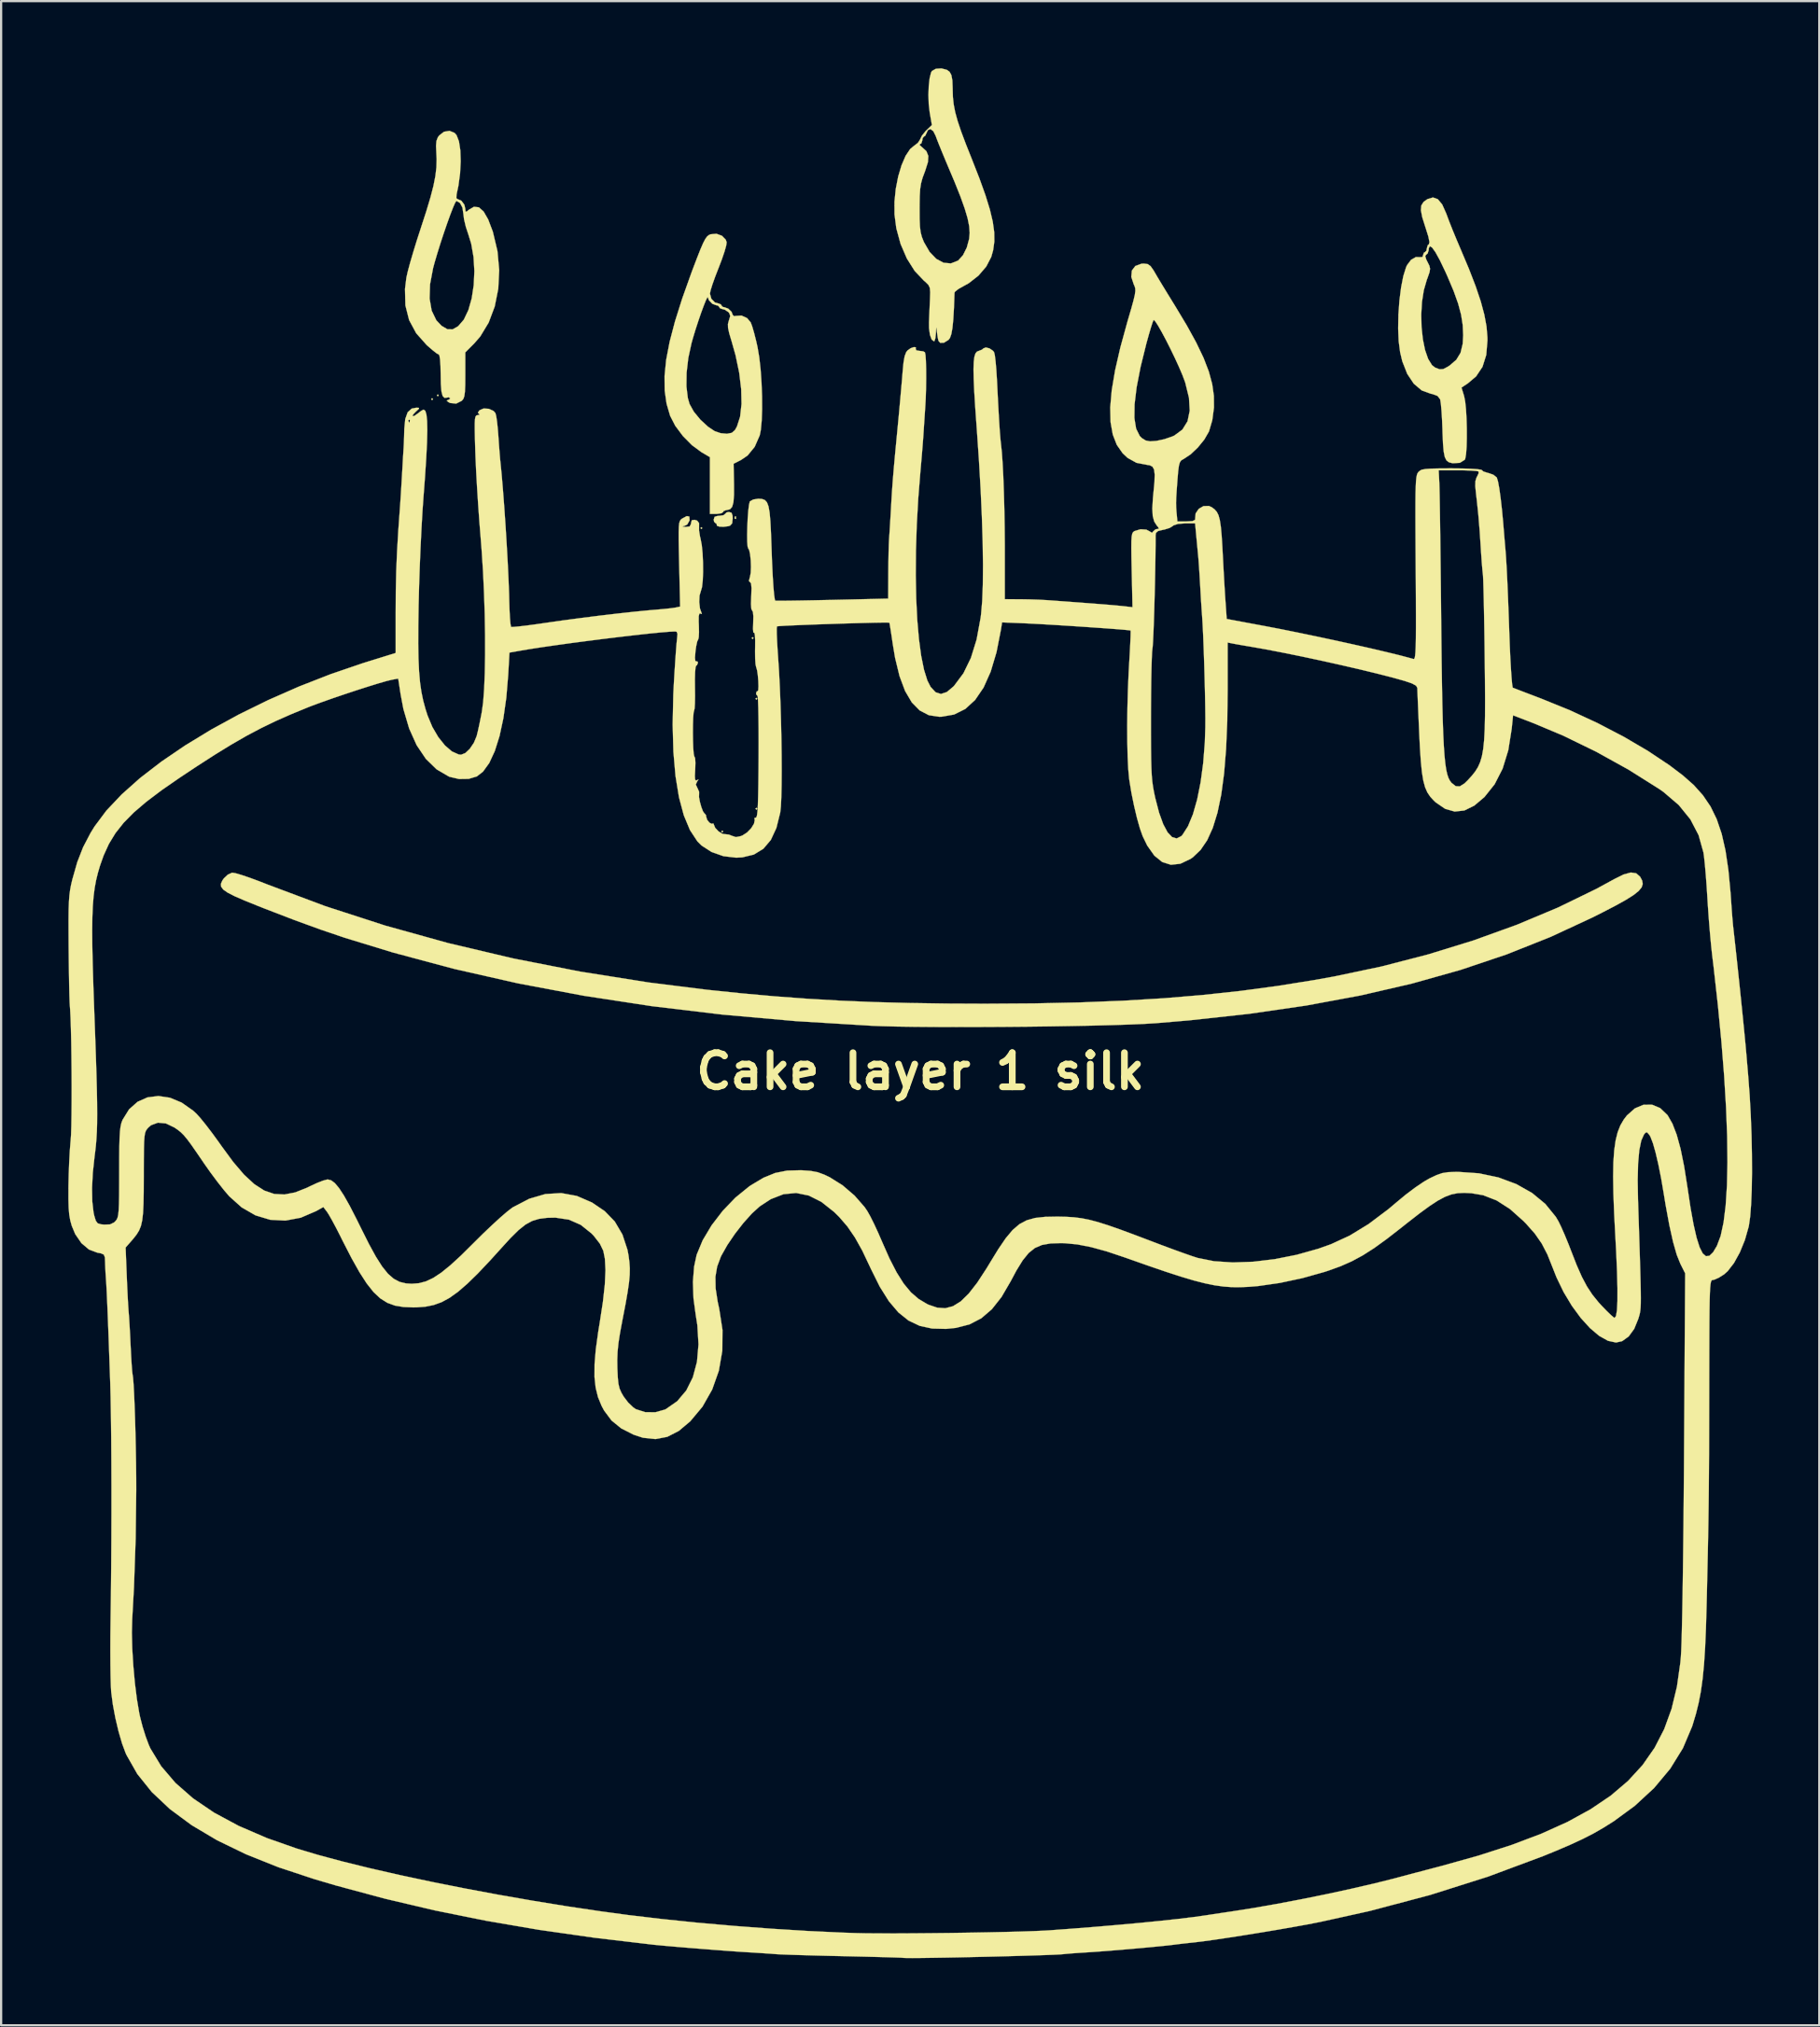
<source format=kicad_pcb>
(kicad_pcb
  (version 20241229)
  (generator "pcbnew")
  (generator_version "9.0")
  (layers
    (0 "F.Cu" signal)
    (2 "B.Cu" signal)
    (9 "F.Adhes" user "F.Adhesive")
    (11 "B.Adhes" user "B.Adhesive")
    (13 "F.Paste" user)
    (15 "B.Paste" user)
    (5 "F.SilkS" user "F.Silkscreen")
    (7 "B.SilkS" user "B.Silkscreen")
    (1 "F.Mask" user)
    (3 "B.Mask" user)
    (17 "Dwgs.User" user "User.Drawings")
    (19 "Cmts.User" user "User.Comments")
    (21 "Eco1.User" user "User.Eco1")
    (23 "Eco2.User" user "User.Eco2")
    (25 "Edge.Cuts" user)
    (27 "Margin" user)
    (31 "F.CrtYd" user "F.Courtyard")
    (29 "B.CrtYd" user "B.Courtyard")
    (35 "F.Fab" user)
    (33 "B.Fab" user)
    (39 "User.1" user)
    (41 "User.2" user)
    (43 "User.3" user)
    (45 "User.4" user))
  (footprint "Cake layer 1 silk"
    (layer "F.Cu")
    (at 38.043 44.787)
    (property "Reference" "Cake layer 1 silk" (at 0 0 0) (layer "F.SilkS") (effects (font (size 1.524 1.524) (thickness 0.3))))
    (attr through_hole)
    (fp_poly (pts (xy -21.759 -30.014) (xy -21.802 -29.972) (xy -21.844 -30.014) (xy -21.802 -30.057) (xy -21.759 -30.014)) (stroke (width 0.01) (type solid)) (fill yes) (layer "F.SilkS"))
    (fp_poly (pts (xy -21.505 -30.184) (xy -21.548 -30.141) (xy -21.59 -30.184) (xy -21.548 -30.226) (xy -21.505 -30.184)) (stroke (width 0.01) (type solid)) (fill yes) (layer "F.SilkS"))
    (fp_poly (pts (xy -9.737 -24.257) (xy -9.779 -24.215) (xy -9.821 -24.257) (xy -9.779 -24.299) (xy -9.737 -24.257)) (stroke (width 0.01) (type solid)) (fill yes) (layer "F.SilkS"))
    (fp_poly (pts (xy -8.805 -10.71) (xy -8.848 -10.668) (xy -8.89 -10.71) (xy -8.848 -10.753) (xy -8.805 -10.71)) (stroke (width 0.01) (type solid)) (fill yes) (layer "F.SilkS"))
    (fp_poly (pts (xy -7.451 -19.346) (xy -7.493 -19.304) (xy -7.535 -19.346) (xy -7.493 -19.389) (xy -7.451 -19.346)) (stroke (width 0.01) (type solid)) (fill yes) (layer "F.SilkS"))
    (fp_poly (pts (xy -7.281 -16.637) (xy -7.324 -16.595) (xy -7.366 -16.637) (xy -7.324 -16.679) (xy -7.281 -16.637)) (stroke (width 0.01) (type solid)) (fill yes) (layer "F.SilkS"))
    (fp_poly (pts (xy -7.281 -11.726) (xy -7.324 -11.684) (xy -7.366 -11.726) (xy -7.324 -11.769) (xy -7.281 -11.726)) (stroke (width 0.01) (type solid)) (fill yes) (layer "F.SilkS"))
    (fp_poly (pts (xy -8.241 -24.779) (xy -8.231 -24.679) (xy -8.241 -24.666) (xy -8.291 -24.678) (xy -8.297 -24.723) (xy -8.266 -24.792) (xy -8.241 -24.779)) (stroke (width 0.01) (type solid)) (fill yes) (layer "F.SilkS"))
    (fp_poly (pts (xy -8.434 -24.943) (xy -8.387 -24.813) (xy -8.382 -24.682) (xy -8.406 -24.469) (xy -8.497 -24.368) (xy -8.572 -24.343) (xy -8.791 -24.315) (xy -8.981 -24.324) (xy -9.088 -24.364) (xy -9.091 -24.402) (xy -9.112 -24.465) (xy -9.139 -24.469) (xy -9.212 -24.54) (xy -9.229 -24.638) (xy -9.189 -24.762) (xy -9.04 -24.806) (xy -8.975 -24.807) (xy -8.796 -24.832) (xy -8.721 -24.891) (xy -8.721 -24.892) (xy -8.65 -24.961) (xy -8.551 -24.977) (xy -8.434 -24.943)) (stroke (width 0.01) (type solid)) (fill yes) (layer "F.SilkS"))
    (fp_poly (pts (xy 31.955 -8.846) (xy 32.129 -8.693) (xy 32.138 -8.679) (xy 32.223 -8.518) (xy 32.248 -8.368) (xy 32.199 -8.217) (xy 32.066 -8.055) (xy 31.835 -7.871) (xy 31.494 -7.656) (xy 31.031 -7.399) (xy 30.433 -7.089) (xy 30.007 -6.874) (xy 28.135 -6.005) (xy 26.17 -5.223) (xy 24.104 -4.528) (xy 21.93 -3.917) (xy 19.639 -3.388) (xy 17.224 -2.94) (xy 14.676 -2.57) (xy 11.988 -2.277) (xy 10.499 -2.151) (xy 10.003 -2.121) (xy 9.361 -2.093) (xy 8.593 -2.068) (xy 7.723 -2.045) (xy 6.773 -2.026) (xy 5.765 -2.009) (xy 4.721 -1.996) (xy 3.663 -1.987) (xy 2.614 -1.982) (xy 1.596 -1.98) (xy 0.631 -1.983) (xy -0.259 -1.99) (xy -1.051 -2.002) (xy -1.723 -2.019) (xy -2.159 -2.036) (xy -5.575 -2.245) (xy -8.853 -2.537) (xy -12.004 -2.914) (xy -15.037 -3.378) (xy -17.963 -3.929) (xy -20.792 -4.57) (xy -23.535 -5.303) (xy -25.696 -5.964) (xy -26.755 -6.323) (xy -27.94 -6.754) (xy -29.26 -7.262) (xy -29.578 -7.387) (xy -30.168 -7.626) (xy -30.613 -7.819) (xy -30.927 -7.979) (xy -31.125 -8.118) (xy -31.221 -8.246) (xy -31.23 -8.377) (xy -31.167 -8.521) (xy -31.1 -8.617) (xy -30.922 -8.785) (xy -30.73 -8.872) (xy -30.726 -8.872) (xy -30.583 -8.85) (xy -30.314 -8.771) (xy -29.949 -8.648) (xy -29.516 -8.488) (xy -29.125 -8.335) (xy -26.572 -7.378) (xy -23.887 -6.508) (xy -21.085 -5.729) (xy -18.181 -5.043) (xy -15.191 -4.456) (xy -12.131 -3.97) (xy -9.522 -3.644) (xy -7.982 -3.484) (xy -6.5 -3.351) (xy -5.042 -3.243) (xy -3.576 -3.158) (xy -2.069 -3.095) (xy -0.49 -3.053) (xy 1.196 -3.028) (xy 2.879 -3.021) (xy 5.072 -3.035) (xy 7.12 -3.079) (xy 9.044 -3.156) (xy 10.866 -3.265) (xy 12.608 -3.411) (xy 14.291 -3.593) (xy 15.936 -3.814) (xy 17.566 -4.075) (xy 18.463 -4.236) (xy 20.584 -4.683) (xy 22.667 -5.223) (xy 24.691 -5.847) (xy 26.632 -6.548) (xy 28.468 -7.318) (xy 30.176 -8.149) (xy 30.975 -8.585) (xy 31.395 -8.793) (xy 31.716 -8.88) (xy 31.955 -8.846)) (stroke (width 0.01) (type solid)) (fill yes) (layer "F.SilkS"))
    (fp_poly (pts (xy -20.802 -41.906) (xy -20.71 -41.804) (xy -20.603 -41.527) (xy -20.541 -41.124) (xy -20.525 -40.634) (xy -20.553 -40.094) (xy -20.627 -39.543) (xy -20.71 -39.152) (xy -20.718 -38.987) (xy -20.662 -38.947) (xy -20.493 -38.873) (xy -20.362 -38.697) (xy -20.32 -38.516) (xy -20.309 -38.387) (xy -20.246 -38.398) (xy -20.165 -38.468) (xy -19.933 -38.604) (xy -19.712 -38.58) (xy -19.501 -38.392) (xy -19.298 -38.039) (xy -19.1 -37.519) (xy -19.086 -37.475) (xy -18.884 -36.628) (xy -18.806 -35.775) (xy -18.848 -34.941) (xy -19.006 -34.152) (xy -19.276 -33.434) (xy -19.653 -32.811) (xy -19.927 -32.496) (xy -20.32 -32.102) (xy -20.32 -31.092) (xy -20.323 -30.652) (xy -20.336 -30.349) (xy -20.362 -30.151) (xy -20.406 -30.027) (xy -20.473 -29.945) (xy -20.475 -29.943) (xy -20.726 -29.816) (xy -20.996 -29.843) (xy -21.082 -29.887) (xy -21.151 -29.956) (xy -21.103 -29.971) (xy -21.005 -30.024) (xy -20.997 -30.054) (xy -21.06 -30.099) (xy -21.133 -30.084) (xy -21.25 -30.073) (xy -21.332 -30.158) (xy -21.384 -30.357) (xy -21.411 -30.688) (xy -21.419 -31.136) (xy -21.427 -31.496) (xy -21.446 -31.784) (xy -21.475 -31.962) (xy -21.499 -32.004) (xy -21.595 -32.057) (xy -21.777 -32.199) (xy -22.008 -32.399) (xy -22.045 -32.432) (xy -22.512 -32.958) (xy -22.828 -33.545) (xy -22.994 -34.201) (xy -23.001 -34.506) (xy -21.914 -34.506) (xy -21.821 -33.968) (xy -21.615 -33.539) (xy -21.378 -33.289) (xy -21.116 -33.135) (xy -20.884 -33.131) (xy -20.64 -33.271) (xy -20.385 -33.566) (xy -20.182 -33.992) (xy -20.033 -34.516) (xy -19.943 -35.107) (xy -19.914 -35.732) (xy -19.951 -36.36) (xy -20.056 -36.958) (xy -20.183 -37.369) (xy -20.296 -37.711) (xy -20.375 -38.043) (xy -20.405 -38.285) (xy -20.447 -38.567) (xy -20.556 -38.774) (xy -20.707 -38.862) (xy -20.719 -38.862) (xy -20.772 -38.786) (xy -20.864 -38.576) (xy -20.986 -38.262) (xy -21.127 -37.871) (xy -21.278 -37.432) (xy -21.429 -36.975) (xy -21.569 -36.526) (xy -21.69 -36.116) (xy -21.758 -35.864) (xy -21.894 -35.142) (xy -21.914 -34.506) (xy -23.001 -34.506) (xy -23.012 -34.935) (xy -22.95 -35.439) (xy -22.891 -35.704) (xy -22.787 -36.092) (xy -22.648 -36.567) (xy -22.487 -37.092) (xy -22.312 -37.63) (xy -22.309 -37.641) (xy -22.064 -38.395) (xy -21.877 -39.017) (xy -21.742 -39.536) (xy -21.655 -39.978) (xy -21.609 -40.367) (xy -21.599 -40.733) (xy -21.611 -40.992) (xy -21.626 -41.325) (xy -21.608 -41.543) (xy -21.548 -41.699) (xy -21.488 -41.786) (xy -21.272 -41.954) (xy -21.025 -41.995) (xy -20.802 -41.906)) (stroke (width 0.01) (type solid)) (fill yes) (layer "F.SilkS"))
    (fp_poly (pts (xy 23.1 -38.943) (xy 23.295 -38.707) (xy 23.474 -38.307) (xy 23.488 -38.269) (xy 23.601 -37.966) (xy 23.76 -37.564) (xy 23.944 -37.119) (xy 24.103 -36.745) (xy 24.486 -35.838) (xy 24.788 -35.057) (xy 25.016 -34.38) (xy 25.175 -33.788) (xy 25.273 -33.259) (xy 25.313 -32.775) (xy 25.315 -32.638) (xy 25.261 -31.989) (xy 25.094 -31.458) (xy 24.807 -31.03) (xy 24.432 -30.714) (xy 24.156 -30.533) (xy 24.274 -30.147) (xy 24.32 -29.913) (xy 24.356 -29.573) (xy 24.38 -29.164) (xy 24.393 -28.721) (xy 24.394 -28.282) (xy 24.384 -27.884) (xy 24.36 -27.563) (xy 24.324 -27.356) (xy 24.301 -27.308) (xy 24.084 -27.172) (xy 23.769 -27.154) (xy 23.734 -27.159) (xy 23.589 -27.199) (xy 23.484 -27.282) (xy 23.41 -27.432) (xy 23.361 -27.674) (xy 23.33 -28.033) (xy 23.309 -28.533) (xy 23.307 -28.63) (xy 23.289 -29.077) (xy 23.265 -29.477) (xy 23.237 -29.792) (xy 23.208 -29.984) (xy 23.2 -30.011) (xy 23.084 -30.159) (xy 22.853 -30.245) (xy 22.784 -30.257) (xy 22.379 -30.405) (xy 22.026 -30.705) (xy 21.734 -31.143) (xy 21.512 -31.707) (xy 21.416 -32.109) (xy 21.352 -32.6) (xy 21.328 -33.174) (xy 21.34 -33.791) (xy 22.359 -33.791) (xy 22.373 -33.228) (xy 22.431 -32.691) (xy 22.529 -32.209) (xy 22.666 -31.814) (xy 22.838 -31.535) (xy 22.978 -31.425) (xy 23.176 -31.349) (xy 23.341 -31.358) (xy 23.543 -31.463) (xy 23.626 -31.517) (xy 23.925 -31.774) (xy 24.114 -32.085) (xy 24.21 -32.487) (xy 24.231 -32.871) (xy 24.21 -33.329) (xy 24.138 -33.787) (xy 24.007 -34.279) (xy 23.807 -34.839) (xy 23.528 -35.499) (xy 23.434 -35.708) (xy 23.193 -36.212) (xy 22.996 -36.571) (xy 22.845 -36.783) (xy 22.744 -36.844) (xy 22.695 -36.75) (xy 22.691 -36.668) (xy 22.643 -36.516) (xy 22.585 -36.47) (xy 22.536 -36.404) (xy 22.583 -36.25) (xy 22.639 -36.139) (xy 22.723 -35.971) (xy 22.753 -35.838) (xy 22.728 -35.681) (xy 22.645 -35.442) (xy 22.607 -35.342) (xy 22.473 -34.878) (xy 22.391 -34.351) (xy 22.359 -33.791) (xy 21.34 -33.791) (xy 21.34 -33.792) (xy 21.384 -34.414) (xy 21.458 -34.999) (xy 21.558 -35.509) (xy 21.681 -35.903) (xy 21.725 -35.999) (xy 21.905 -36.237) (xy 22.12 -36.361) (xy 22.304 -36.355) (xy 22.416 -36.364) (xy 22.437 -36.44) (xy 22.48 -36.558) (xy 22.521 -36.576) (xy 22.591 -36.647) (xy 22.606 -36.738) (xy 22.649 -36.888) (xy 22.701 -36.932) (xy 22.725 -37.028) (xy 22.676 -37.274) (xy 22.553 -37.667) (xy 22.538 -37.712) (xy 22.403 -38.14) (xy 22.344 -38.448) (xy 22.363 -38.665) (xy 22.463 -38.823) (xy 22.636 -38.947) (xy 22.883 -39.021) (xy 23.1 -38.943)) (stroke (width 0.01) (type solid)) (fill yes) (layer "F.SilkS"))
    (fp_poly (pts (xy -8.86 -37.309) (xy -8.691 -37.135) (xy -8.651 -37.018) (xy -8.672 -36.869) (xy -8.747 -36.603) (xy -8.865 -36.256) (xy -9.011 -35.875) (xy -9.162 -35.487) (xy -9.286 -35.139) (xy -9.369 -34.872) (xy -9.398 -34.726) (xy -9.334 -34.495) (xy -9.174 -34.332) (xy -9.023 -34.29) (xy -8.907 -34.246) (xy -8.89 -34.205) (xy -8.821 -34.131) (xy -8.757 -34.121) (xy -8.58 -34.057) (xy -8.431 -33.912) (xy -8.382 -33.779) (xy -8.32 -33.718) (xy -8.248 -33.731) (xy -7.99 -33.748) (xy -7.74 -33.635) (xy -7.579 -33.445) (xy -7.511 -33.266) (xy -7.424 -32.967) (xy -7.331 -32.597) (xy -7.272 -32.334) (xy -7.195 -31.877) (xy -7.135 -31.335) (xy -7.094 -30.743) (xy -7.071 -30.14) (xy -7.069 -29.562) (xy -7.087 -29.048) (xy -7.127 -28.633) (xy -7.175 -28.397) (xy -7.399 -27.886) (xy -7.716 -27.499) (xy -8.003 -27.303) (xy -8.341 -27.131) (xy -8.324 -26.213) (xy -8.324 -25.741) (xy -8.348 -25.414) (xy -8.405 -25.207) (xy -8.502 -25.098) (xy -8.645 -25.062) (xy -8.672 -25.061) (xy -8.789 -25.017) (xy -8.805 -24.977) (xy -8.88 -24.921) (xy -9.063 -24.893) (xy -9.102 -24.892) (xy -9.398 -24.892) (xy -9.398 -27.425) (xy -9.777 -27.647) (xy -10.2 -27.959) (xy -10.605 -28.369) (xy -10.946 -28.824) (xy -11.175 -29.27) (xy -11.334 -29.812) (xy -11.418 -30.399) (xy -11.42 -30.588) (xy -10.448 -30.588) (xy -10.385 -30.068) (xy -10.308 -29.799) (xy -10.118 -29.457) (xy -9.825 -29.1) (xy -9.481 -28.783) (xy -9.186 -28.586) (xy -8.916 -28.495) (xy -8.636 -28.47) (xy -8.421 -28.512) (xy -8.281 -28.635) (xy -8.192 -28.793) (xy -8.05 -29.234) (xy -7.987 -29.799) (xy -8.002 -30.462) (xy -8.091 -31.197) (xy -8.255 -31.98) (xy -8.429 -32.596) (xy -8.536 -32.954) (xy -8.589 -33.198) (xy -8.594 -33.371) (xy -8.556 -33.517) (xy -8.549 -33.534) (xy -8.492 -33.727) (xy -8.535 -33.857) (xy -8.579 -33.906) (xy -8.743 -34.013) (xy -8.842 -34.036) (xy -8.958 -34.08) (xy -8.975 -34.121) (xy -9.044 -34.195) (xy -9.108 -34.205) (xy -9.292 -34.273) (xy -9.443 -34.429) (xy -9.488 -34.559) (xy -9.514 -34.557) (xy -9.581 -34.421) (xy -9.677 -34.18) (xy -9.794 -33.863) (xy -9.919 -33.497) (xy -10.045 -33.11) (xy -10.159 -32.732) (xy -10.221 -32.512) (xy -10.364 -31.85) (xy -10.44 -31.195) (xy -10.448 -30.588) (xy -11.42 -30.588) (xy -11.424 -31.046) (xy -11.352 -31.767) (xy -11.197 -32.575) (xy -10.959 -33.483) (xy -10.636 -34.506) (xy -10.225 -35.658) (xy -10.183 -35.77) (xy -9.98 -36.303) (xy -9.824 -36.699) (xy -9.703 -36.979) (xy -9.606 -37.166) (xy -9.522 -37.281) (xy -9.439 -37.346) (xy -9.371 -37.376) (xy -9.106 -37.399) (xy -8.86 -37.309)) (stroke (width 0.01) (type solid)) (fill yes) (layer "F.SilkS"))
    (fp_poly (pts (xy 1.176 -44.721) (xy 1.299 -44.634) (xy 1.38 -44.488) (xy 1.425 -44.251) (xy 1.439 -43.886) (xy 1.439 -43.847) (xy 1.449 -43.505) (xy 1.485 -43.174) (xy 1.553 -42.825) (xy 1.661 -42.433) (xy 1.817 -41.968) (xy 2.029 -41.403) (xy 2.29 -40.748) (xy 2.635 -39.867) (xy 2.904 -39.118) (xy 3.101 -38.48) (xy 3.23 -37.935) (xy 3.295 -37.464) (xy 3.299 -37.048) (xy 3.247 -36.668) (xy 3.162 -36.364) (xy 2.94 -35.937) (xy 2.592 -35.531) (xy 2.159 -35.192) (xy 1.924 -35.061) (xy 1.698 -34.935) (xy 1.551 -34.82) (xy 1.521 -34.769) (xy 1.497 -34.098) (xy 1.467 -33.579) (xy 1.429 -33.192) (xy 1.38 -32.921) (xy 1.318 -32.746) (xy 1.253 -32.66) (xy 1.047 -32.534) (xy 0.882 -32.53) (xy 0.805 -32.618) (xy 0.771 -32.77) (xy 0.739 -32.999) (xy 0.736 -33.02) (xy 0.716 -33.19) (xy 0.704 -33.209) (xy 0.695 -33.069) (xy 0.691 -32.956) (xy 0.668 -32.737) (xy 0.625 -32.609) (xy 0.606 -32.597) (xy 0.503 -32.675) (xy 0.425 -32.884) (xy 0.384 -33.187) (xy 0.382 -33.443) (xy 0.396 -33.79) (xy 0.414 -34.201) (xy 0.427 -34.485) (xy 0.436 -34.792) (xy 0.419 -34.985) (xy 0.357 -35.116) (xy 0.233 -35.24) (xy 0.152 -35.308) (xy -0.256 -35.738) (xy -0.607 -36.296) (xy -0.886 -36.944) (xy -1.077 -37.646) (xy -1.158 -38.269) (xy -1.158 -38.523) (xy -0.038 -38.523) (xy -0.036 -38.06) (xy -0.022 -37.724) (xy 0.009 -37.474) (xy 0.061 -37.266) (xy 0.142 -37.06) (xy 0.16 -37.02) (xy 0.41 -36.589) (xy 0.706 -36.28) (xy 1.029 -36.106) (xy 1.358 -36.075) (xy 1.673 -36.199) (xy 1.684 -36.206) (xy 1.897 -36.439) (xy 2.069 -36.781) (xy 2.176 -37.175) (xy 2.199 -37.435) (xy 2.178 -37.733) (xy 2.106 -38.091) (xy 1.977 -38.526) (xy 1.786 -39.061) (xy 1.526 -39.712) (xy 1.321 -40.197) (xy 1.13 -40.649) (xy 0.955 -41.071) (xy 0.811 -41.426) (xy 0.712 -41.681) (xy 0.684 -41.762) (xy 0.574 -41.981) (xy 0.447 -42.074) (xy 0.334 -42.029) (xy 0.279 -41.91) (xy 0.212 -41.773) (xy 0.159 -41.741) (xy 0.099 -41.67) (xy 0.085 -41.571) (xy 0.041 -41.434) (xy -0.019 -41.402) (xy -0.036 -41.363) (xy 0.068 -41.268) (xy 0.071 -41.266) (xy 0.266 -41.087) (xy 0.352 -40.875) (xy 0.334 -40.597) (xy 0.215 -40.219) (xy 0.191 -40.155) (xy 0.093 -39.891) (xy 0.028 -39.654) (xy -0.012 -39.398) (xy -0.031 -39.077) (xy -0.038 -38.645) (xy -0.038 -38.523) (xy -1.158 -38.523) (xy -1.159 -38.83) (xy -1.101 -39.403) (xy -0.993 -39.957) (xy -0.843 -40.459) (xy -0.662 -40.879) (xy -0.457 -41.185) (xy -0.296 -41.318) (xy -0.113 -41.459) (xy -0.013 -41.612) (xy -0.011 -41.621) (xy 0.068 -41.782) (xy 0.225 -41.977) (xy 0.266 -42.018) (xy 0.512 -42.254) (xy 0.414 -42.816) (xy 0.371 -43.188) (xy 0.357 -43.598) (xy 0.372 -43.998) (xy 0.411 -44.345) (xy 0.473 -44.593) (xy 0.514 -44.669) (xy 0.69 -44.766) (xy 0.936 -44.782) (xy 1.176 -44.721)) (stroke (width 0.01) (type solid)) (fill yes) (layer "F.SilkS"))
    (fp_poly (pts (xy 10.142 -36.047) (xy 10.273 -35.957) (xy 10.41 -35.763) (xy 10.466 -35.666) (xy 10.595 -35.446) (xy 10.79 -35.122) (xy 11.028 -34.732) (xy 11.284 -34.316) (xy 11.359 -34.195) (xy 11.889 -33.313) (xy 12.314 -32.54) (xy 12.641 -31.857) (xy 12.876 -31.245) (xy 13.027 -30.685) (xy 13.101 -30.16) (xy 13.105 -29.652) (xy 13.104 -29.634) (xy 13.03 -29.074) (xy 12.889 -28.593) (xy 12.873 -28.556) (xy 12.672 -28.208) (xy 12.385 -27.855) (xy 12.063 -27.55) (xy 11.753 -27.344) (xy 11.738 -27.337) (xy 11.646 -27.282) (xy 11.583 -27.196) (xy 11.54 -27.043) (xy 11.506 -26.79) (xy 11.474 -26.403) (xy 11.473 -26.386) (xy 11.44 -25.942) (xy 11.42 -25.623) (xy 11.413 -25.387) (xy 11.417 -25.189) (xy 11.431 -24.987) (xy 11.442 -24.871) (xy 11.472 -24.554) (xy 11.878 -24.554) (xy 12.146 -24.571) (xy 12.26 -24.626) (xy 12.264 -24.659) (xy 12.286 -24.913) (xy 12.425 -25.117) (xy 12.637 -25.24) (xy 12.876 -25.247) (xy 13.004 -25.191) (xy 13.131 -25.097) (xy 13.23 -24.986) (xy 13.307 -24.835) (xy 13.365 -24.623) (xy 13.411 -24.327) (xy 13.448 -23.925) (xy 13.481 -23.394) (xy 13.509 -22.86) (xy 13.536 -22.352) (xy 13.567 -21.81) (xy 13.597 -21.307) (xy 13.618 -21.001) (xy 13.674 -20.201) (xy 15.367 -19.885) (xy 16.092 -19.746) (xy 16.879 -19.587) (xy 17.702 -19.416) (xy 18.533 -19.238) (xy 19.345 -19.059) (xy 20.112 -18.886) (xy 20.804 -18.723) (xy 21.397 -18.578) (xy 21.862 -18.455) (xy 22.013 -18.412) (xy 22.043 -18.419) (xy 22.067 -18.467) (xy 22.086 -18.57) (xy 22.101 -18.74) (xy 22.112 -18.992) (xy 22.119 -19.339) (xy 22.122 -19.795) (xy 22.122 -20.372) (xy 22.12 -21.084) (xy 22.115 -21.945) (xy 22.111 -22.486) (xy 22.105 -23.43) (xy 22.101 -24.219) (xy 22.099 -24.868) (xy 22.1 -25.392) (xy 22.104 -25.804) (xy 22.113 -26.119) (xy 22.125 -26.353) (xy 22.142 -26.518) (xy 22.164 -26.63) (xy 22.191 -26.704) (xy 22.224 -26.753) (xy 22.23 -26.76) (xy 22.3 -26.822) (xy 22.337 -26.839) (xy 23.137 -26.839) (xy 23.166 -26.268) (xy 23.172 -26.079) (xy 23.18 -25.737) (xy 23.188 -25.261) (xy 23.197 -24.667) (xy 23.207 -23.972) (xy 23.216 -23.194) (xy 23.226 -22.349) (xy 23.236 -21.456) (xy 23.243 -20.743) (xy 23.256 -19.434) (xy 23.269 -18.283) (xy 23.284 -17.28) (xy 23.3 -16.414) (xy 23.319 -15.674) (xy 23.341 -15.049) (xy 23.367 -14.528) (xy 23.397 -14.1) (xy 23.432 -13.755) (xy 23.472 -13.482) (xy 23.519 -13.27) (xy 23.573 -13.108) (xy 23.635 -12.986) (xy 23.705 -12.891) (xy 23.716 -12.879) (xy 23.9 -12.735) (xy 24.08 -12.726) (xy 24.289 -12.857) (xy 24.44 -13.005) (xy 24.618 -13.201) (xy 24.768 -13.39) (xy 24.891 -13.587) (xy 24.99 -13.81) (xy 25.068 -14.074) (xy 25.126 -14.396) (xy 25.167 -14.791) (xy 25.193 -15.277) (xy 25.206 -15.868) (xy 25.209 -16.582) (xy 25.204 -17.435) (xy 25.194 -18.33) (xy 25.185 -19.102) (xy 25.174 -19.829) (xy 25.162 -20.494) (xy 25.15 -21.077) (xy 25.138 -21.557) (xy 25.127 -21.917) (xy 25.117 -22.135) (xy 25.112 -22.183) (xy 25.089 -22.4) (xy 25.061 -22.73) (xy 25.034 -23.114) (xy 25.023 -23.283) (xy 24.968 -24.125) (xy 24.908 -24.849) (xy 24.839 -25.504) (xy 24.806 -25.781) (xy 24.771 -26.13) (xy 24.778 -26.36) (xy 24.827 -26.517) (xy 24.849 -26.554) (xy 24.921 -26.708) (xy 24.916 -26.787) (xy 24.814 -26.809) (xy 24.582 -26.826) (xy 24.257 -26.837) (xy 24 -26.839) (xy 23.137 -26.839) (xy 22.337 -26.839) (xy 22.397 -26.867) (xy 22.55 -26.896) (xy 22.784 -26.913) (xy 23.128 -26.921) (xy 23.609 -26.924) (xy 23.72 -26.924) (xy 24.175 -26.92) (xy 24.564 -26.907) (xy 24.858 -26.888) (xy 25.029 -26.865) (xy 25.061 -26.849) (xy 25.135 -26.785) (xy 25.317 -26.726) (xy 25.357 -26.718) (xy 25.579 -26.64) (xy 25.726 -26.523) (xy 25.734 -26.51) (xy 25.786 -26.34) (xy 25.844 -26.026) (xy 25.904 -25.591) (xy 25.964 -25.062) (xy 26.02 -24.462) (xy 26.033 -24.299) (xy 26.064 -23.923) (xy 26.095 -23.555) (xy 26.119 -23.283) (xy 26.144 -22.947) (xy 26.173 -22.464) (xy 26.203 -21.856) (xy 26.233 -21.145) (xy 26.263 -20.355) (xy 26.291 -19.558) (xy 26.312 -18.992) (xy 26.336 -18.458) (xy 26.363 -17.981) (xy 26.39 -17.587) (xy 26.416 -17.301) (xy 26.439 -17.15) (xy 26.446 -17.133) (xy 26.525 -17.101) (xy 26.736 -17.019) (xy 27.051 -16.898) (xy 27.445 -16.748) (xy 27.728 -16.64) (xy 28.988 -16.128) (xy 30.218 -15.558) (xy 31.391 -14.947) (xy 32.477 -14.311) (xy 33.444 -13.666) (xy 34.036 -13.218) (xy 34.526 -12.785) (xy 34.936 -12.327) (xy 35.276 -11.825) (xy 35.551 -11.26) (xy 35.771 -10.611) (xy 35.942 -9.86) (xy 36.072 -8.986) (xy 36.168 -7.97) (xy 36.193 -7.62) (xy 36.22 -7.223) (xy 36.249 -6.849) (xy 36.275 -6.558) (xy 36.283 -6.477) (xy 36.366 -5.736) (xy 36.453 -4.939) (xy 36.54 -4.119) (xy 36.625 -3.307) (xy 36.704 -2.533) (xy 36.774 -1.831) (xy 36.832 -1.23) (xy 36.874 -0.763) (xy 36.878 -0.72) (xy 36.909 -0.35) (xy 36.942 0.032) (xy 36.957 0.212) (xy 37.021 1.064) (xy 37.07 1.945) (xy 37.104 2.831) (xy 37.122 3.698) (xy 37.126 4.522) (xy 37.114 5.278) (xy 37.086 5.941) (xy 37.044 6.489) (xy 36.986 6.895) (xy 36.975 6.943) (xy 36.807 7.534) (xy 36.582 8.084) (xy 36.321 8.558) (xy 36.041 8.92) (xy 35.879 9.064) (xy 35.647 9.21) (xy 35.447 9.3) (xy 35.378 9.313) (xy 35.344 9.319) (xy 35.316 9.345) (xy 35.292 9.404) (xy 35.273 9.51) (xy 35.257 9.675) (xy 35.245 9.912) (xy 35.235 10.234) (xy 35.228 10.654) (xy 35.223 11.186) (xy 35.22 11.842) (xy 35.218 12.635) (xy 35.216 13.578) (xy 35.215 14.076) (xy 35.213 15.216) (xy 35.211 16.215) (xy 35.208 17.1) (xy 35.203 17.901) (xy 35.197 18.644) (xy 35.189 19.358) (xy 35.179 20.072) (xy 35.166 20.813) (xy 35.15 21.609) (xy 35.13 22.488) (xy 35.108 23.479) (xy 35.098 23.876) (xy 35.069 24.879) (xy 35.032 25.737) (xy 34.984 26.473) (xy 34.922 27.112) (xy 34.844 27.677) (xy 34.745 28.192) (xy 34.624 28.682) (xy 34.478 29.169) (xy 34.451 29.252) (xy 34.042 30.218) (xy 33.475 31.135) (xy 32.754 31.998) (xy 31.885 32.8) (xy 30.946 33.487) (xy 30.497 33.769) (xy 30.048 34.027) (xy 29.563 34.275) (xy 29.01 34.531) (xy 28.353 34.812) (xy 27.813 35.033) (xy 25.339 35.955) (xy 22.745 36.776) (xy 20.05 37.49) (xy 17.837 37.979) (xy 17.301 38.084) (xy 16.664 38.199) (xy 15.962 38.322) (xy 15.226 38.445) (xy 14.489 38.564) (xy 13.784 38.674) (xy 13.143 38.77) (xy 12.6 38.845) (xy 12.187 38.895) (xy 12.15 38.898) (xy 11.815 38.934) (xy 11.499 38.971) (xy 11.345 38.991) (xy 11.079 39.023) (xy 10.68 39.064) (xy 10.186 39.112) (xy 9.635 39.162) (xy 9.063 39.212) (xy 8.507 39.258) (xy 8.004 39.297) (xy 7.591 39.326) (xy 7.493 39.332) (xy 7.101 39.357) (xy 6.747 39.382) (xy 6.482 39.405) (xy 6.392 39.415) (xy 6.226 39.428) (xy 5.921 39.443) (xy 5.501 39.459) (xy 4.986 39.476) (xy 4.398 39.493) (xy 3.759 39.511) (xy 3.09 39.528) (xy 2.411 39.543) (xy 1.746 39.558) (xy 1.115 39.57) (xy 0.54 39.579) (xy 0.042 39.586) (xy -0.357 39.589) (xy -0.636 39.587) (xy -0.773 39.582) (xy -0.783 39.579) (xy -0.87 39.573) (xy -1.105 39.565) (xy -1.469 39.554) (xy -1.94 39.541) (xy -2.498 39.527) (xy -3.122 39.513) (xy -3.429 39.506) (xy -4.099 39.491) (xy -4.73 39.475) (xy -5.299 39.459) (xy -5.782 39.444) (xy -6.153 39.43) (xy -6.388 39.419) (xy -6.435 39.416) (xy -6.685 39.396) (xy -7.046 39.372) (xy -7.461 39.345) (xy -7.705 39.331) (xy -8.099 39.306) (xy -8.61 39.269) (xy -9.197 39.225) (xy -9.821 39.176) (xy -10.443 39.126) (xy -11.021 39.077) (xy -11.517 39.033) (xy -11.891 38.997) (xy -11.938 38.992) (xy -14.558 38.682) (xy -17.038 38.328) (xy -19.404 37.922) (xy -21.682 37.462) (xy -23.896 36.941) (xy -26.072 36.356) (xy -27.051 36.068) (xy -28.661 35.535) (xy -30.112 34.955) (xy -31.404 34.329) (xy -32.535 33.657) (xy -33.506 32.94) (xy -34.316 32.177) (xy -34.963 31.371) (xy -35.447 30.52) (xy -35.483 30.441) (xy -35.643 30.01) (xy -35.801 29.467) (xy -35.943 28.866) (xy -36.056 28.263) (xy -36.127 27.715) (xy -36.128 27.711) (xy -36.144 27.426) (xy -36.156 27.003) (xy -36.164 26.473) (xy -36.167 25.865) (xy -36.165 25.213) (xy -36.157 24.553) (xy -36.141 23.384) (xy -36.129 22.176) (xy -36.121 20.951) (xy -36.117 19.733) (xy -36.117 18.544) (xy -36.121 17.409) (xy -36.128 16.35) (xy -36.14 15.39) (xy -36.155 14.552) (xy -36.173 13.86) (xy -36.174 13.843) (xy -36.21 12.826) (xy -36.243 11.909) (xy -36.274 11.105) (xy -36.302 10.424) (xy -36.327 9.878) (xy -36.348 9.477) (xy -36.365 9.235) (xy -36.365 9.229) (xy -36.384 8.95) (xy -36.398 8.624) (xy -36.4 8.541) (xy -36.411 8.302) (xy -36.46 8.18) (xy -36.587 8.124) (xy -36.747 8.095) (xy -37.121 7.954) (xy -37.226 7.865) (xy -35.485 7.865) (xy -35.435 9.118) (xy -35.415 9.598) (xy -35.393 10.049) (xy -35.372 10.43) (xy -35.354 10.698) (xy -35.349 10.753) (xy -35.331 10.983) (xy -35.309 11.336) (xy -35.285 11.765) (xy -35.263 12.226) (xy -35.26 12.277) (xy -35.239 12.706) (xy -35.216 13.079) (xy -35.195 13.359) (xy -35.178 13.514) (xy -35.175 13.527) (xy -35.153 13.676) (xy -35.13 13.97) (xy -35.107 14.386) (xy -35.085 14.902) (xy -35.064 15.493) (xy -35.046 16.136) (xy -35.031 16.808) (xy -35.019 17.485) (xy -35.012 18.143) (xy -35.01 18.669) (xy -35.036 20.847) (xy -35.112 23.034) (xy -35.191 24.469) (xy -35.206 25.061) (xy -35.189 25.766) (xy -35.142 26.531) (xy -35.072 27.303) (xy -34.981 28.03) (xy -34.875 28.658) (xy -34.841 28.819) (xy -34.728 29.257) (xy -34.589 29.699) (xy -34.448 30.077) (xy -34.38 30.228) (xy -33.896 31.025) (xy -33.261 31.769) (xy -32.473 32.46) (xy -31.53 33.1) (xy -30.43 33.691) (xy -29.17 34.234) (xy -27.849 34.698) (xy -26.897 34.983) (xy -25.798 35.278) (xy -24.573 35.58) (xy -23.244 35.883) (xy -21.832 36.184) (xy -20.358 36.478) (xy -18.844 36.761) (xy -17.311 37.029) (xy -15.781 37.278) (xy -14.275 37.502) (xy -13.039 37.67) (xy -11.561 37.845) (xy -9.967 38.009) (xy -8.309 38.155) (xy -6.639 38.281) (xy -5.008 38.382) (xy -3.47 38.454) (xy -2.879 38.474) (xy -2.419 38.484) (xy -1.829 38.488) (xy -1.135 38.489) (xy -0.361 38.485) (xy 0.464 38.478) (xy 1.317 38.469) (xy 2.171 38.456) (xy 2.999 38.441) (xy 3.776 38.424) (xy 4.475 38.406) (xy 5.072 38.386) (xy 5.54 38.365) (xy 5.731 38.354) (xy 6.768 38.278) (xy 7.805 38.196) (xy 8.818 38.109) (xy 9.783 38.021) (xy 10.678 37.932) (xy 11.477 37.846) (xy 12.157 37.764) (xy 12.695 37.689) (xy 12.742 37.682) (xy 13.089 37.629) (xy 13.512 37.565) (xy 13.922 37.504) (xy 13.928 37.503) (xy 14.868 37.355) (xy 15.911 37.172) (xy 17.012 36.963) (xy 18.129 36.736) (xy 19.219 36.5) (xy 20.237 36.265) (xy 21.141 36.039) (xy 21.336 35.987) (xy 21.648 35.904) (xy 22.076 35.79) (xy 22.572 35.659) (xy 23.086 35.524) (xy 23.283 35.472) (xy 24.921 35.014) (xy 26.397 34.538) (xy 27.718 34.039) (xy 28.891 33.51) (xy 29.922 32.944) (xy 30.82 32.337) (xy 31.59 31.682) (xy 32.24 30.973) (xy 32.776 30.204) (xy 33.206 29.368) (xy 33.536 28.46) (xy 33.774 27.474) (xy 33.926 26.404) (xy 33.949 26.153) (xy 33.965 25.882) (xy 33.981 25.453) (xy 33.996 24.878) (xy 34.012 24.168) (xy 34.027 23.335) (xy 34.041 22.391) (xy 34.054 21.346) (xy 34.067 20.214) (xy 34.078 19.005) (xy 34.088 17.731) (xy 34.092 17.018) (xy 34.142 9.017) (xy 33.929 8.594) (xy 33.766 8.188) (xy 33.602 7.614) (xy 33.436 6.87) (xy 33.268 5.959) (xy 33.188 5.471) (xy 33.07 4.78) (xy 32.946 4.158) (xy 32.822 3.626) (xy 32.703 3.208) (xy 32.594 2.924) (xy 32.543 2.836) (xy 32.442 2.72) (xy 32.368 2.739) (xy 32.301 2.823) (xy 32.181 3.091) (xy 32.093 3.522) (xy 32.04 4.112) (xy 32.022 4.859) (xy 32.036 5.702) (xy 32.069 6.729) (xy 32.097 7.6) (xy 32.12 8.33) (xy 32.138 8.933) (xy 32.151 9.423) (xy 32.159 9.815) (xy 32.162 10.121) (xy 32.16 10.356) (xy 32.153 10.535) (xy 32.14 10.671) (xy 32.124 10.778) (xy 32.102 10.871) (xy 32.075 10.964) (xy 32.049 11.051) (xy 31.867 11.497) (xy 31.62 11.836) (xy 31.328 12.046) (xy 31.055 12.107) (xy 30.695 12.029) (xy 30.301 11.808) (xy 29.891 11.461) (xy 29.48 11.008) (xy 29.083 10.467) (xy 28.717 9.857) (xy 28.397 9.196) (xy 28.233 8.781) (xy 27.993 8.178) (xy 27.738 7.686) (xy 27.432 7.245) (xy 27.037 6.799) (xy 26.923 6.683) (xy 26.32 6.145) (xy 25.727 5.764) (xy 25.127 5.53) (xy 24.602 5.44) (xy 24.277 5.424) (xy 23.986 5.438) (xy 23.708 5.493) (xy 23.42 5.601) (xy 23.1 5.771) (xy 22.728 6.015) (xy 22.28 6.343) (xy 21.736 6.766) (xy 21.463 6.983) (xy 20.815 7.487) (xy 20.254 7.892) (xy 19.747 8.216) (xy 19.261 8.478) (xy 18.762 8.699) (xy 18.218 8.896) (xy 18.034 8.956) (xy 17.046 9.233) (xy 16.04 9.447) (xy 15.081 9.585) (xy 14.672 9.619) (xy 14.279 9.637) (xy 13.904 9.634) (xy 13.529 9.607) (xy 13.135 9.552) (xy 12.701 9.463) (xy 12.208 9.337) (xy 11.638 9.167) (xy 10.971 8.951) (xy 10.188 8.683) (xy 9.268 8.359) (xy 9.13 8.31) (xy 8.315 8.037) (xy 7.615 7.845) (xy 7 7.725) (xy 6.44 7.672) (xy 6.265 7.668) (xy 5.804 7.683) (xy 5.427 7.75) (xy 5.112 7.885) (xy 4.833 8.108) (xy 4.565 8.438) (xy 4.285 8.893) (xy 4.029 9.372) (xy 3.62 10.074) (xy 3.189 10.62) (xy 2.719 11.023) (xy 2.191 11.297) (xy 1.587 11.453) (xy 1.145 11.498) (xy 0.522 11.483) (xy -0.032 11.363) (xy -0.53 11.126) (xy -0.985 10.762) (xy -1.409 10.262) (xy -1.815 9.614) (xy -2.216 8.808) (xy -2.256 8.721) (xy -2.596 8.003) (xy -2.924 7.416) (xy -3.26 6.926) (xy -3.628 6.499) (xy -3.85 6.28) (xy -4.42 5.828) (xy -4.985 5.544) (xy -5.548 5.429) (xy -6.112 5.483) (xy -6.682 5.705) (xy -7.173 6.026) (xy -7.521 6.342) (xy -7.902 6.766) (xy -8.28 7.251) (xy -8.62 7.752) (xy -8.885 8.221) (xy -8.913 8.279) (xy -9.076 8.716) (xy -9.153 9.171) (xy -9.145 9.682) (xy -9.052 10.286) (xy -8.982 10.608) (xy -8.837 11.547) (xy -8.845 12.474) (xy -9 13.367) (xy -9.297 14.206) (xy -9.732 14.973) (xy -10.276 15.624) (xy -10.788 16.054) (xy -11.303 16.318) (xy -11.832 16.419) (xy -12.387 16.359) (xy -12.8 16.224) (xy -13.361 15.939) (xy -13.79 15.589) (xy -14.123 15.143) (xy -14.234 14.936) (xy -14.395 14.545) (xy -14.5 14.121) (xy -14.552 13.641) (xy -14.549 13.081) (xy -14.494 12.417) (xy -14.385 11.627) (xy -14.316 11.205) (xy -14.175 10.284) (xy -14.09 9.511) (xy -14.061 8.876) (xy -14.087 8.368) (xy -14.158 8.011) (xy -14.312 7.692) (xy -14.587 7.339) (xy -14.687 7.235) (xy -15.163 6.854) (xy -15.691 6.621) (xy -16.294 6.53) (xy -16.67 6.538) (xy -17.025 6.584) (xy -17.335 6.678) (xy -17.63 6.839) (xy -17.942 7.087) (xy -18.3 7.441) (xy -18.594 7.762) (xy -19.221 8.454) (xy -19.76 9.024) (xy -20.229 9.482) (xy -20.644 9.841) (xy -21.022 10.112) (xy -21.379 10.305) (xy -21.731 10.432) (xy -22.096 10.506) (xy -22.49 10.536) (xy -22.648 10.538) (xy -23.08 10.521) (xy -23.46 10.458) (xy -23.799 10.334) (xy -24.114 10.137) (xy -24.417 9.853) (xy -24.722 9.468) (xy -25.043 8.97) (xy -25.395 8.344) (xy -25.79 7.576) (xy -25.894 7.366) (xy -26.085 6.992) (xy -26.265 6.655) (xy -26.412 6.397) (xy -26.496 6.267) (xy -26.657 6.058) (xy -26.981 6.239) (xy -27.665 6.533) (xy -28.352 6.662) (xy -29.03 6.626) (xy -29.686 6.429) (xy -30.305 6.072) (xy -30.859 5.576) (xy -31.093 5.302) (xy -31.384 4.933) (xy -31.694 4.517) (xy -31.989 4.099) (xy -32.005 4.074) (xy -32.318 3.616) (xy -32.555 3.275) (xy -32.739 3.028) (xy -32.887 2.85) (xy -33.02 2.718) (xy -33.158 2.608) (xy -33.307 2.506) (xy -33.686 2.324) (xy -34.041 2.29) (xy -34.348 2.403) (xy -34.466 2.505) (xy -34.531 2.578) (xy -34.581 2.655) (xy -34.617 2.759) (xy -34.642 2.913) (xy -34.659 3.138) (xy -34.668 3.457) (xy -34.672 3.893) (xy -34.674 4.469) (xy -34.674 4.685) (xy -34.677 5.368) (xy -34.687 5.907) (xy -34.707 6.326) (xy -34.744 6.649) (xy -34.801 6.901) (xy -34.884 7.106) (xy -34.997 7.289) (xy -35.144 7.475) (xy -35.226 7.57) (xy -35.485 7.865) (xy -37.226 7.865) (xy -37.458 7.669) (xy -37.735 7.266) (xy -37.889 6.896) (xy -37.956 6.657) (xy -38.001 6.403) (xy -38.027 6.097) (xy -38.038 5.701) (xy -38.037 5.209) (xy -36.984 5.209) (xy -36.973 5.81) (xy -36.917 6.296) (xy -36.887 6.435) (xy -36.816 6.668) (xy -36.731 6.784) (xy -36.579 6.829) (xy -36.445 6.841) (xy -36.177 6.832) (xy -35.995 6.742) (xy -35.937 6.684) (xy -35.884 6.616) (xy -35.844 6.528) (xy -35.815 6.398) (xy -35.795 6.204) (xy -35.782 5.925) (xy -35.775 5.537) (xy -35.772 5.02) (xy -35.771 4.5) (xy -35.77 3.848) (xy -35.765 3.343) (xy -35.754 2.96) (xy -35.737 2.676) (xy -35.711 2.466) (xy -35.675 2.308) (xy -35.627 2.179) (xy -35.619 2.16) (xy -35.329 1.693) (xy -34.953 1.359) (xy -34.51 1.161) (xy -34.021 1.099) (xy -33.505 1.176) (xy -32.983 1.393) (xy -32.474 1.751) (xy -32.321 1.891) (xy -32.143 2.089) (xy -31.898 2.391) (xy -31.615 2.762) (xy -31.321 3.166) (xy -31.216 3.316) (xy -30.685 4.039) (xy -30.198 4.61) (xy -29.739 5.035) (xy -29.296 5.32) (xy -28.853 5.472) (xy -28.397 5.497) (xy -27.912 5.403) (xy -27.386 5.194) (xy -27.256 5.13) (xy -26.944 4.985) (xy -26.668 4.877) (xy -26.478 4.827) (xy -26.458 4.826) (xy -26.307 4.864) (xy -26.143 4.988) (xy -25.957 5.209) (xy -25.739 5.542) (xy -25.482 5.998) (xy -25.177 6.592) (xy -24.976 6.999) (xy -24.62 7.709) (xy -24.31 8.275) (xy -24.032 8.712) (xy -23.772 9.035) (xy -23.517 9.258) (xy -23.253 9.398) (xy -22.967 9.467) (xy -22.708 9.483) (xy -22.389 9.458) (xy -22.076 9.375) (xy -21.751 9.222) (xy -21.394 8.987) (xy -20.987 8.657) (xy -20.511 8.22) (xy -19.949 7.663) (xy -19.939 7.653) (xy -19.53 7.247) (xy -19.127 6.864) (xy -18.758 6.526) (xy -18.448 6.259) (xy -18.224 6.086) (xy -18.194 6.067) (xy -17.463 5.687) (xy -16.743 5.476) (xy -16.035 5.434) (xy -15.34 5.561) (xy -14.66 5.856) (xy -14.094 6.24) (xy -13.646 6.703) (xy -13.304 7.284) (xy -13.08 7.964) (xy -13.032 8.216) (xy -12.994 8.51) (xy -12.975 8.79) (xy -12.98 9.086) (xy -13.011 9.427) (xy -13.071 9.843) (xy -13.161 10.362) (xy -13.287 11.015) (xy -13.302 11.091) (xy -13.41 11.668) (xy -13.482 12.128) (xy -13.522 12.521) (xy -13.536 12.893) (xy -13.531 13.26) (xy -13.512 13.665) (xy -13.483 13.95) (xy -13.432 14.162) (xy -13.349 14.349) (xy -13.249 14.521) (xy -13.049 14.783) (xy -12.82 15.003) (xy -12.701 15.083) (xy -12.29 15.215) (xy -11.835 15.22) (xy -11.405 15.099) (xy -11.363 15.078) (xy -10.857 14.725) (xy -10.454 14.247) (xy -10.16 13.657) (xy -9.976 12.967) (xy -9.908 12.188) (xy -9.959 11.334) (xy -10.033 10.866) (xy -10.133 10.126) (xy -10.157 9.393) (xy -10.104 8.716) (xy -9.991 8.19) (xy -9.722 7.541) (xy -9.324 6.874) (xy -8.827 6.226) (xy -8.26 5.636) (xy -7.653 5.142) (xy -7.566 5.083) (xy -7.004 4.748) (xy -6.484 4.536) (xy -5.95 4.43) (xy -5.345 4.414) (xy -5.3 4.415) (xy -4.899 4.444) (xy -4.589 4.502) (xy -4.294 4.61) (xy -4.049 4.727) (xy -3.479 5.084) (xy -2.941 5.545) (xy -2.494 6.056) (xy -2.372 6.235) (xy -2.237 6.475) (xy -2.064 6.822) (xy -1.877 7.227) (xy -1.729 7.569) (xy -1.386 8.345) (xy -1.063 8.974) (xy -0.747 9.475) (xy -0.424 9.865) (xy -0.08 10.162) (xy 0.298 10.387) (xy 0.365 10.419) (xy 0.75 10.55) (xy 1.109 10.575) (xy 1.454 10.484) (xy 1.799 10.27) (xy 2.155 9.922) (xy 2.536 9.434) (xy 2.952 8.796) (xy 3.096 8.558) (xy 3.477 7.936) (xy 3.808 7.45) (xy 4.114 7.084) (xy 4.419 6.822) (xy 4.746 6.648) (xy 5.119 6.544) (xy 5.563 6.495) (xy 6.1 6.485) (xy 6.138 6.485) (xy 6.515 6.493) (xy 6.858 6.515) (xy 7.19 6.557) (xy 7.535 6.625) (xy 7.918 6.726) (xy 8.363 6.866) (xy 8.894 7.051) (xy 9.535 7.288) (xy 10.27 7.567) (xy 10.797 7.767) (xy 11.304 7.955) (xy 11.758 8.119) (xy 12.123 8.247) (xy 12.368 8.326) (xy 12.384 8.331) (xy 13.109 8.476) (xy 13.944 8.531) (xy 14.858 8.499) (xy 15.82 8.384) (xy 16.799 8.189) (xy 17.764 7.918) (xy 18.331 7.716) (xy 19.162 7.333) (xy 20.008 6.816) (xy 20.886 6.156) (xy 21.251 5.848) (xy 21.669 5.502) (xy 22.091 5.184) (xy 22.473 4.926) (xy 22.723 4.781) (xy 23.04 4.631) (xy 23.295 4.542) (xy 23.559 4.5) (xy 23.904 4.488) (xy 24.009 4.487) (xy 24.933 4.551) (xy 25.803 4.734) (xy 26.6 5.03) (xy 27.305 5.427) (xy 27.899 5.918) (xy 28.365 6.492) (xy 28.485 6.694) (xy 28.608 6.946) (xy 28.765 7.303) (xy 28.933 7.712) (xy 29.045 8.001) (xy 29.3 8.653) (xy 29.531 9.176) (xy 29.758 9.603) (xy 29.999 9.969) (xy 30.272 10.307) (xy 30.404 10.452) (xy 30.642 10.698) (xy 30.838 10.888) (xy 30.965 10.994) (xy 30.991 11.007) (xy 31.053 10.923) (xy 31.096 10.672) (xy 31.118 10.257) (xy 31.119 9.678) (xy 31.1 8.937) (xy 31.061 8.035) (xy 31.027 7.407) (xy 30.972 6.356) (xy 30.938 5.458) (xy 30.926 4.696) (xy 30.937 4.057) (xy 30.974 3.524) (xy 31.037 3.083) (xy 31.128 2.717) (xy 31.249 2.411) (xy 31.401 2.15) (xy 31.541 1.967) (xy 31.898 1.651) (xy 32.279 1.491) (xy 32.663 1.487) (xy 33.026 1.638) (xy 33.346 1.944) (xy 33.366 1.971) (xy 33.574 2.335) (xy 33.764 2.828) (xy 33.937 3.46) (xy 34.096 4.242) (xy 34.245 5.184) (xy 34.246 5.192) (xy 34.383 6.101) (xy 34.518 6.844) (xy 34.652 7.427) (xy 34.787 7.853) (xy 34.926 8.127) (xy 35.071 8.252) (xy 35.224 8.234) (xy 35.387 8.077) (xy 35.559 7.791) (xy 35.726 7.347) (xy 35.856 6.745) (xy 35.95 5.991) (xy 36.008 5.093) (xy 36.03 4.058) (xy 36.017 2.893) (xy 35.967 1.604) (xy 35.882 0.199) (xy 35.761 -1.316) (xy 35.605 -2.933) (xy 35.414 -4.645) (xy 35.347 -5.194) (xy 35.3 -5.631) (xy 35.249 -6.181) (xy 35.199 -6.79) (xy 35.156 -7.401) (xy 35.135 -7.734) (xy 35.101 -8.269) (xy 35.062 -8.783) (xy 35.022 -9.238) (xy 34.984 -9.594) (xy 34.958 -9.775) (xy 34.741 -10.549) (xy 34.374 -11.254) (xy 33.854 -11.894) (xy 33.177 -12.473) (xy 32.978 -12.613) (xy 31.617 -13.47) (xy 30.171 -14.272) (xy 28.701 -14.988) (xy 27.408 -15.532) (xy 26.458 -15.899) (xy 26.397 -15.294) (xy 26.245 -14.339) (xy 25.992 -13.517) (xy 25.636 -12.82) (xy 25.181 -12.249) (xy 24.726 -11.865) (xy 24.285 -11.649) (xy 23.853 -11.601) (xy 23.429 -11.721) (xy 23.008 -12.008) (xy 22.92 -12.091) (xy 22.76 -12.265) (xy 22.631 -12.457) (xy 22.53 -12.689) (xy 22.451 -12.983) (xy 22.389 -13.361) (xy 22.341 -13.845) (xy 22.3 -14.457) (xy 22.268 -15.115) (xy 22.244 -15.666) (xy 22.222 -16.166) (xy 22.204 -16.588) (xy 22.191 -16.904) (xy 22.185 -17.089) (xy 22.184 -17.12) (xy 22.129 -17.22) (xy 21.951 -17.319) (xy 21.628 -17.43) (xy 21.608 -17.436) (xy 21.066 -17.588) (xy 20.39 -17.761) (xy 19.615 -17.949) (xy 18.772 -18.144) (xy 17.897 -18.339) (xy 17.022 -18.526) (xy 16.18 -18.697) (xy 15.406 -18.846) (xy 14.732 -18.965) (xy 14.405 -19.02) (xy 14.114 -19.071) (xy 13.949 -19.102) (xy 13.716 -19.148) (xy 13.716 -17.046) (xy 13.699 -15.643) (xy 13.646 -14.399) (xy 13.557 -13.307) (xy 13.43 -12.36) (xy 13.262 -11.552) (xy 13.053 -10.874) (xy 12.802 -10.321) (xy 12.506 -9.885) (xy 12.164 -9.56) (xy 12.05 -9.482) (xy 11.601 -9.27) (xy 11.183 -9.225) (xy 10.797 -9.346) (xy 10.444 -9.632) (xy 10.126 -10.082) (xy 9.923 -10.499) (xy 9.799 -10.848) (xy 9.666 -11.319) (xy 9.537 -11.864) (xy 9.42 -12.436) (xy 9.329 -12.989) (xy 9.318 -13.066) (xy 9.279 -13.484) (xy 9.251 -14.039) (xy 9.236 -14.702) (xy 9.232 -15.442) (xy 9.237 -15.833) (xy 10.291 -15.833) (xy 10.291 -15.065) (xy 10.294 -14.444) (xy 10.3 -13.946) (xy 10.311 -13.546) (xy 10.327 -13.223) (xy 10.351 -12.953) (xy 10.384 -12.712) (xy 10.426 -12.477) (xy 10.48 -12.224) (xy 10.487 -12.194) (xy 10.655 -11.549) (xy 10.838 -11.041) (xy 11.033 -10.676) (xy 11.235 -10.461) (xy 11.439 -10.401) (xy 11.642 -10.502) (xy 11.699 -10.562) (xy 11.945 -10.946) (xy 12.165 -11.478) (xy 12.354 -12.138) (xy 12.508 -12.906) (xy 12.624 -13.762) (xy 12.697 -14.686) (xy 12.719 -15.367) (xy 12.721 -15.769) (xy 12.715 -16.294) (xy 12.704 -16.905) (xy 12.687 -17.567) (xy 12.668 -18.242) (xy 12.645 -18.895) (xy 12.622 -19.489) (xy 12.597 -19.988) (xy 12.574 -20.354) (xy 12.573 -20.362) (xy 12.554 -20.628) (xy 12.529 -21.005) (xy 12.504 -21.435) (xy 12.488 -21.717) (xy 12.463 -22.137) (xy 12.438 -22.53) (xy 12.415 -22.844) (xy 12.403 -22.987) (xy 12.377 -23.255) (xy 12.344 -23.607) (xy 12.316 -23.897) (xy 12.263 -24.469) (xy 11.815 -24.469) (xy 11.5 -24.445) (xy 11.302 -24.38) (xy 11.269 -24.352) (xy 11.128 -24.265) (xy 10.897 -24.193) (xy 10.836 -24.182) (xy 10.613 -24.129) (xy 10.516 -24.045) (xy 10.499 -23.939) (xy 10.498 -23.495) (xy 10.492 -22.97) (xy 10.482 -22.39) (xy 10.47 -21.781) (xy 10.454 -21.168) (xy 10.438 -20.577) (xy 10.42 -20.035) (xy 10.402 -19.567) (xy 10.384 -19.199) (xy 10.368 -18.958) (xy 10.358 -18.881) (xy 10.342 -18.725) (xy 10.328 -18.423) (xy 10.315 -17.997) (xy 10.304 -17.471) (xy 10.297 -16.866) (xy 10.292 -16.207) (xy 10.291 -15.833) (xy 9.237 -15.833) (xy 9.241 -16.227) (xy 9.263 -17.026) (xy 9.296 -17.81) (xy 9.319 -18.215) (xy 9.347 -18.69) (xy 9.368 -19.103) (xy 9.382 -19.424) (xy 9.386 -19.628) (xy 9.382 -19.686) (xy 9.293 -19.699) (xy 9.059 -19.721) (xy 8.707 -19.75) (xy 8.262 -19.783) (xy 7.748 -19.819) (xy 7.192 -19.857) (xy 6.618 -19.895) (xy 6.052 -19.93) (xy 5.518 -19.962) (xy 5.043 -19.988) (xy 4.651 -20.007) (xy 4.553 -20.011) (xy 3.645 -20.048) (xy 3.597 -19.739) (xy 3.396 -18.715) (xy 3.137 -17.849) (xy 2.82 -17.139) (xy 2.443 -16.585) (xy 2.005 -16.183) (xy 1.505 -15.934) (xy 0.942 -15.835) (xy 0.843 -15.833) (xy 0.376 -15.903) (xy -0.033 -16.116) (xy -0.386 -16.475) (xy -0.685 -16.984) (xy -0.933 -17.647) (xy -1.132 -18.467) (xy -1.233 -19.07) (xy -1.289 -19.449) (xy -1.337 -19.758) (xy -1.371 -19.965) (xy -1.385 -20.035) (xy -1.474 -20.04) (xy -1.708 -20.04) (xy -2.059 -20.034) (xy -2.502 -20.023) (xy -3.011 -20.009) (xy -3.562 -19.993) (xy -4.127 -19.974) (xy -4.682 -19.955) (xy -5.201 -19.935) (xy -5.658 -19.916) (xy -6.028 -19.899) (xy -6.284 -19.883) (xy -6.401 -19.872) (xy -6.405 -19.87) (xy -6.416 -19.772) (xy -6.414 -19.536) (xy -6.399 -19.191) (xy -6.374 -18.766) (xy -6.354 -18.482) (xy -6.313 -17.862) (xy -6.278 -17.167) (xy -6.248 -16.422) (xy -6.225 -15.65) (xy -6.207 -14.876) (xy -6.197 -14.125) (xy -6.194 -13.421) (xy -6.198 -12.787) (xy -6.21 -12.25) (xy -6.23 -11.832) (xy -6.259 -11.558) (xy -6.26 -11.554) (xy -6.43 -10.87) (xy -6.68 -10.332) (xy -7.014 -9.938) (xy -7.437 -9.681) (xy -7.953 -9.556) (xy -8.227 -9.542) (xy -8.795 -9.609) (xy -9.325 -9.796) (xy -9.772 -10.084) (xy -9.958 -10.27) (xy -10.29 -10.775) (xy -10.564 -11.433) (xy -10.78 -12.24) (xy -10.935 -13.188) (xy -11.029 -14.273) (xy -11.062 -15.488) (xy -11.033 -16.828) (xy -11.011 -17.272) (xy -10.979 -17.819) (xy -10.946 -18.327) (xy -10.915 -18.766) (xy -10.888 -19.103) (xy -10.867 -19.307) (xy -10.865 -19.325) (xy -10.846 -19.537) (xy -10.885 -19.628) (xy -10.955 -19.643) (xy -11.21 -19.631) (xy -11.606 -19.598) (xy -12.12 -19.547) (xy -12.726 -19.48) (xy -13.4 -19.402) (xy -14.115 -19.315) (xy -14.848 -19.222) (xy -15.572 -19.127) (xy -16.263 -19.031) (xy -16.895 -18.94) (xy -17.444 -18.855) (xy -17.831 -18.79) (xy -18.348 -18.698) (xy -18.404 -17.705) (xy -18.489 -16.684) (xy -18.619 -15.77) (xy -18.791 -14.972) (xy -19.003 -14.301) (xy -19.251 -13.767) (xy -19.531 -13.38) (xy -19.803 -13.17) (xy -20.17 -13.06) (xy -20.599 -13.054) (xy -21.015 -13.151) (xy -21.05 -13.164) (xy -21.598 -13.484) (xy -22.08 -13.953) (xy -22.491 -14.564) (xy -22.826 -15.308) (xy -23.082 -16.176) (xy -23.207 -16.837) (xy -23.315 -17.539) (xy -23.61 -17.484) (xy -23.842 -17.427) (xy -24.2 -17.324) (xy -24.652 -17.184) (xy -25.164 -17.02) (xy -25.704 -16.841) (xy -26.239 -16.659) (xy -26.735 -16.484) (xy -27.161 -16.327) (xy -27.347 -16.254) (xy -28.094 -15.947) (xy -28.781 -15.643) (xy -29.436 -15.326) (xy -30.088 -14.981) (xy -30.765 -14.591) (xy -31.496 -14.142) (xy -32.309 -13.618) (xy -33.062 -13.118) (xy -33.88 -12.552) (xy -34.56 -12.038) (xy -35.119 -11.56) (xy -35.573 -11.099) (xy -35.938 -10.638) (xy -36.231 -10.157) (xy -36.467 -9.639) (xy -36.627 -9.188) (xy -36.723 -8.862) (xy -36.803 -8.534) (xy -36.867 -8.187) (xy -36.916 -7.805) (xy -36.95 -7.372) (xy -36.97 -6.869) (xy -36.977 -6.282) (xy -36.972 -5.592) (xy -36.954 -4.784) (xy -36.926 -3.84) (xy -36.887 -2.744) (xy -36.887 -2.739) (xy -36.846 -1.636) (xy -36.813 -0.686) (xy -36.787 0.126) (xy -36.769 0.817) (xy -36.758 1.404) (xy -36.755 1.901) (xy -36.758 2.325) (xy -36.769 2.692) (xy -36.788 3.017) (xy -36.813 3.318) (xy -36.846 3.609) (xy -36.872 3.81) (xy -36.95 4.531) (xy -36.984 5.209) (xy -38.037 5.209) (xy -38.037 5.177) (xy -38.037 5.122) (xy -38.025 4.595) (xy -38.004 4.052) (xy -37.977 3.551) (xy -37.945 3.15) (xy -37.939 3.09) (xy -37.921 2.832) (xy -37.908 2.433) (xy -37.9 1.921) (xy -37.895 1.327) (xy -37.894 0.677) (xy -37.897 0.002) (xy -37.904 -0.671) (xy -37.913 -1.312) (xy -37.927 -1.894) (xy -37.943 -2.387) (xy -37.962 -2.763) (xy -37.974 -2.921) (xy -37.984 -3.095) (xy -37.995 -3.413) (xy -38.005 -3.847) (xy -38.014 -4.371) (xy -38.022 -4.96) (xy -38.028 -5.546) (xy -38.032 -6.243) (xy -38.033 -6.798) (xy -38.028 -7.234) (xy -38.015 -7.579) (xy -37.995 -7.857) (xy -37.964 -8.094) (xy -37.923 -8.317) (xy -37.868 -8.551) (xy -37.864 -8.567) (xy -37.644 -9.34) (xy -37.383 -10.009) (xy -37.055 -10.638) (xy -36.872 -10.936) (xy -36.344 -11.643) (xy -35.661 -12.366) (xy -34.839 -13.098) (xy -33.892 -13.828) (xy -32.832 -14.55) (xy -31.674 -15.255) (xy -30.432 -15.934) (xy -29.119 -16.579) (xy -27.751 -17.181) (xy -26.339 -17.733) (xy -24.9 -18.225) (xy -24.689 -18.291) (xy -23.428 -18.682) (xy -23.428 -20.496) (xy -23.422 -21.451) (xy -23.403 -22.336) (xy -23.366 -23.212) (xy -23.311 -24.142) (xy -23.248 -25.019) (xy -23.224 -25.353) (xy -23.195 -25.793) (xy -23.166 -26.274) (xy -23.145 -26.628) (xy -23.121 -27.046) (xy -23.1 -27.419) (xy -23.082 -27.705) (xy -23.072 -27.855) (xy -23.062 -28.046) (xy -23.052 -28.341) (xy -23.043 -28.679) (xy -23.043 -28.681) (xy -23.009 -29.041) (xy -22.86 -29.041) (xy -22.829 -28.971) (xy -22.804 -28.984) (xy -22.793 -29.085) (xy -22.804 -29.097) (xy -22.854 -29.085) (xy -22.86 -29.041) (xy -23.009 -29.041) (xy -23 -29.129) (xy -22.893 -29.429) (xy -22.713 -29.593) (xy -22.508 -29.633) (xy -22.388 -29.627) (xy -22.39 -29.584) (xy -22.516 -29.468) (xy -22.522 -29.463) (xy -22.646 -29.333) (xy -22.677 -29.253) (xy -22.675 -29.251) (xy -22.59 -29.27) (xy -22.442 -29.375) (xy -22.437 -29.379) (xy -22.28 -29.499) (xy -22.179 -29.549) (xy -22.106 -29.495) (xy -22.055 -29.33) (xy -22.025 -29.045) (xy -22.016 -28.631) (xy -22.029 -28.081) (xy -22.064 -27.387) (xy -22.119 -26.539) (xy -22.183 -25.696) (xy -22.23 -25.04) (xy -22.275 -24.262) (xy -22.317 -23.407) (xy -22.354 -22.522) (xy -22.383 -21.655) (xy -22.403 -20.852) (xy -22.404 -20.828) (xy -22.418 -19.89) (xy -22.421 -19.098) (xy -22.41 -18.431) (xy -22.384 -17.866) (xy -22.342 -17.38) (xy -22.281 -16.951) (xy -22.2 -16.558) (xy -22.096 -16.176) (xy -22.006 -15.895) (xy -21.792 -15.381) (xy -21.526 -14.926) (xy -21.227 -14.553) (xy -20.917 -14.286) (xy -20.616 -14.151) (xy -20.508 -14.139) (xy -20.32 -14.213) (xy -20.118 -14.405) (xy -19.936 -14.674) (xy -19.814 -14.967) (xy -19.757 -15.196) (xy -19.684 -15.531) (xy -19.608 -15.912) (xy -19.583 -16.044) (xy -19.522 -16.49) (xy -19.478 -17.08) (xy -19.449 -17.791) (xy -19.435 -18.6) (xy -19.436 -19.482) (xy -19.452 -20.415) (xy -19.484 -21.373) (xy -19.529 -22.333) (xy -19.59 -23.272) (xy -19.634 -23.834) (xy -19.691 -24.547) (xy -19.746 -25.314) (xy -19.795 -26.085) (xy -19.836 -26.81) (xy -19.864 -27.438) (xy -19.872 -27.665) (xy -19.889 -28.228) (xy -19.897 -28.644) (xy -19.897 -28.935) (xy -19.887 -29.124) (xy -19.864 -29.233) (xy -19.828 -29.285) (xy -19.777 -29.3) (xy -19.761 -29.301) (xy -19.675 -29.323) (xy -19.705 -29.35) (xy -19.76 -29.414) (xy -19.684 -29.52) (xy -19.501 -29.598) (xy -19.266 -29.583) (xy -19.058 -29.488) (xy -18.975 -29.394) (xy -18.938 -29.252) (xy -18.899 -28.985) (xy -18.864 -28.637) (xy -18.846 -28.406) (xy -18.818 -28.001) (xy -18.789 -27.621) (xy -18.764 -27.322) (xy -18.753 -27.22) (xy -18.698 -26.666) (xy -18.64 -25.981) (xy -18.581 -25.205) (xy -18.524 -24.377) (xy -18.472 -23.535) (xy -18.426 -22.719) (xy -18.39 -21.968) (xy -18.365 -21.32) (xy -18.358 -21.012) (xy -18.345 -20.593) (xy -18.327 -20.239) (xy -18.303 -19.981) (xy -18.278 -19.853) (xy -18.273 -19.845) (xy -18.172 -19.844) (xy -17.932 -19.866) (xy -17.583 -19.907) (xy -17.151 -19.965) (xy -16.761 -20.022) (xy -16.005 -20.13) (xy -15.187 -20.239) (xy -14.348 -20.345) (xy -13.53 -20.441) (xy -12.773 -20.524) (xy -12.119 -20.588) (xy -11.811 -20.614) (xy -11.462 -20.645) (xy -11.157 -20.677) (xy -10.953 -20.706) (xy -10.931 -20.71) (xy -10.728 -20.753) (xy -10.772 -22.656) (xy -10.786 -23.271) (xy -10.794 -23.738) (xy -10.794 -24.08) (xy -10.786 -24.319) (xy -10.769 -24.477) (xy -10.739 -24.575) (xy -10.697 -24.636) (xy -10.64 -24.682) (xy -10.638 -24.683) (xy -10.429 -24.795) (xy -10.317 -24.771) (xy -10.306 -24.612) (xy -10.308 -24.6) (xy -10.412 -24.415) (xy -10.529 -24.358) (xy -10.627 -24.332) (xy -10.567 -24.316) (xy -10.477 -24.311) (xy -10.303 -24.331) (xy -10.246 -24.437) (xy -10.245 -24.469) (xy -10.209 -24.609) (xy -10.083 -24.628) (xy -9.968 -24.591) (xy -9.882 -24.478) (xy -9.883 -24.352) (xy -9.884 -24.152) (xy -9.841 -23.882) (xy -9.817 -23.785) (xy -9.763 -23.502) (xy -9.726 -23.131) (xy -9.707 -22.714) (xy -9.704 -22.294) (xy -9.719 -21.915) (xy -9.752 -21.619) (xy -9.8 -21.455) (xy -9.862 -21.246) (xy -9.876 -20.958) (xy -9.844 -20.672) (xy -9.779 -20.489) (xy -9.756 -20.419) (xy -9.816 -20.443) (xy -9.87 -20.439) (xy -9.897 -20.326) (xy -9.899 -20.079) (xy -9.892 -19.906) (xy -9.886 -19.608) (xy -9.897 -19.386) (xy -9.921 -19.284) (xy -9.924 -19.283) (xy -9.966 -19.194) (xy -10.011 -18.986) (xy -10.043 -18.762) (xy -10.066 -18.468) (xy -10.049 -18.323) (xy -10.018 -18.313) (xy -9.945 -18.295) (xy -9.934 -18.242) (xy -9.977 -18.132) (xy -10.011 -18.119) (xy -10.04 -18.039) (xy -10.06 -17.823) (xy -10.069 -17.5) (xy -10.066 -17.147) (xy -10.062 -16.757) (xy -10.068 -16.431) (xy -10.082 -16.205) (xy -10.102 -16.117) (xy -10.128 -16.012) (xy -10.146 -15.785) (xy -10.156 -15.475) (xy -10.159 -15.122) (xy -10.154 -14.764) (xy -10.143 -14.443) (xy -10.124 -14.197) (xy -10.099 -14.066) (xy -10.088 -14.055) (xy -10.058 -13.978) (xy -10.046 -13.776) (xy -10.055 -13.494) (xy -10.07 -13.194) (xy -10.06 -13.034) (xy -10.02 -12.987) (xy -9.979 -13.002) (xy -9.907 -13.034) (xy -9.954 -12.96) (xy -9.968 -12.942) (xy -10.028 -12.807) (xy -9.957 -12.655) (xy -9.956 -12.654) (xy -9.881 -12.486) (xy -9.882 -12.386) (xy -9.886 -12.248) (xy -9.846 -12.033) (xy -9.781 -11.8) (xy -9.707 -11.608) (xy -9.641 -11.516) (xy -9.634 -11.515) (xy -9.575 -11.445) (xy -9.567 -11.382) (xy -9.523 -11.235) (xy -9.422 -11.107) (xy -9.317 -11.053) (xy -9.281 -11.067) (xy -9.231 -11.058) (xy -9.229 -11.034) (xy -9.164 -10.876) (xy -9.012 -10.715) (xy -8.837 -10.608) (xy -8.748 -10.594) (xy -8.554 -10.573) (xy -8.411 -10.517) (xy -8.238 -10.461) (xy -8.036 -10.5) (xy -7.945 -10.535) (xy -7.74 -10.667) (xy -7.556 -10.857) (xy -7.43 -11.06) (xy -7.396 -11.226) (xy -7.41 -11.263) (xy -7.398 -11.327) (xy -7.352 -11.326) (xy -7.321 -11.349) (xy -7.295 -11.441) (xy -7.274 -11.618) (xy -7.258 -11.895) (xy -7.246 -12.286) (xy -7.236 -12.806) (xy -7.229 -13.47) (xy -7.225 -14.034) (xy -7.223 -14.694) (xy -7.225 -15.297) (xy -7.231 -15.823) (xy -7.239 -16.251) (xy -7.251 -16.561) (xy -7.264 -16.734) (xy -7.274 -16.764) (xy -7.331 -16.833) (xy -7.338 -16.887) (xy -7.303 -16.974) (xy -7.271 -16.969) (xy -7.241 -17.02) (xy -7.231 -17.188) (xy -7.238 -17.424) (xy -7.259 -17.679) (xy -7.291 -17.903) (xy -7.331 -18.045) (xy -7.335 -18.053) (xy -7.362 -18.181) (xy -7.379 -18.433) (xy -7.383 -18.764) (xy -7.38 -18.922) (xy -7.378 -19.248) (xy -7.39 -19.478) (xy -7.414 -19.585) (xy -7.43 -19.581) (xy -7.461 -19.602) (xy -7.474 -19.76) (xy -7.466 -20.024) (xy -7.466 -20.025) (xy -7.459 -20.323) (xy -7.478 -20.516) (xy -7.513 -20.574) (xy -7.55 -20.653) (xy -7.565 -20.872) (xy -7.554 -21.203) (xy -7.554 -21.209) (xy -7.541 -21.578) (xy -7.561 -21.787) (xy -7.607 -21.844) (xy -7.658 -21.894) (xy -7.618 -22.06) (xy -7.611 -22.077) (xy -7.577 -22.259) (xy -7.566 -22.522) (xy -7.576 -22.814) (xy -7.604 -23.084) (xy -7.646 -23.279) (xy -7.688 -23.347) (xy -7.717 -23.438) (xy -7.733 -23.657) (xy -7.736 -23.965) (xy -7.728 -24.322) (xy -7.712 -24.688) (xy -7.687 -25.022) (xy -7.656 -25.285) (xy -7.62 -25.438) (xy -7.611 -25.453) (xy -7.465 -25.534) (xy -7.242 -25.569) (xy -7.231 -25.569) (xy -7.07 -25.558) (xy -6.945 -25.51) (xy -6.851 -25.407) (xy -6.783 -25.229) (xy -6.734 -24.955) (xy -6.699 -24.566) (xy -6.672 -24.043) (xy -6.654 -23.537) (xy -6.627 -22.789) (xy -6.597 -22.157) (xy -6.565 -21.652) (xy -6.533 -21.286) (xy -6.501 -21.07) (xy -6.482 -21.017) (xy -6.395 -21.013) (xy -6.16 -21.013) (xy -5.797 -21.017) (xy -5.329 -21.024) (xy -4.775 -21.034) (xy -4.158 -21.047) (xy -3.949 -21.051) (xy -1.439 -21.109) (xy -1.434 -22.26) (xy -1.43 -22.723) (xy -1.422 -23.159) (xy -1.412 -23.524) (xy -1.4 -23.771) (xy -1.398 -23.791) (xy -1.381 -24.038) (xy -1.358 -24.398) (xy -1.333 -24.816) (xy -1.316 -25.104) (xy -1.294 -25.506) (xy -1.271 -25.871) (xy -1.246 -26.227) (xy -1.216 -26.606) (xy -1.179 -27.038) (xy -1.132 -27.553) (xy -1.072 -28.182) (xy -1.014 -28.787) (xy -0.959 -29.364) (xy -0.906 -29.946) (xy -0.858 -30.488) (xy -0.818 -30.944) (xy -0.795 -31.234) (xy -0.755 -31.652) (xy -0.705 -31.933) (xy -0.637 -32.11) (xy -0.58 -32.186) (xy -0.439 -32.288) (xy -0.297 -32.339) (xy -0.206 -32.331) (xy -0.212 -32.258) (xy -0.182 -32.195) (xy -0.052 -32.173) (xy 0.124 -32.15) (xy 0.201 -32.107) (xy 0.226 -31.981) (xy 0.244 -31.721) (xy 0.254 -31.362) (xy 0.256 -30.939) (xy 0.25 -30.487) (xy 0.236 -30.041) (xy 0.218 -29.718) (xy 0.189 -29.275) (xy 0.158 -28.811) (xy 0.132 -28.41) (xy 0.126 -28.321) (xy 0.1 -27.975) (xy 0.064 -27.531) (xy 0.023 -27.057) (xy -0.000105 -26.797) (xy -0.097 -25.589) (xy -0.164 -24.402) (xy -0.201 -23.25) (xy -0.209 -22.15) (xy -0.189 -21.116) (xy -0.142 -20.162) (xy -0.067 -19.304) (xy 0.033 -18.557) (xy 0.159 -17.935) (xy 0.309 -17.453) (xy 0.454 -17.169) (xy 0.676 -16.929) (xy 0.916 -16.852) (xy 1.18 -16.939) (xy 1.477 -17.189) (xy 1.504 -17.218) (xy 1.92 -17.776) (xy 2.253 -18.461) (xy 2.508 -19.282) (xy 2.686 -20.247) (xy 2.708 -20.42) (xy 2.758 -21.004) (xy 2.786 -21.742) (xy 2.793 -22.622) (xy 2.779 -23.631) (xy 2.743 -24.755) (xy 2.688 -25.981) (xy 2.612 -27.296) (xy 2.516 -28.687) (xy 2.51 -28.767) (xy 2.448 -29.629) (xy 2.404 -30.336) (xy 2.378 -30.903) (xy 2.369 -31.345) (xy 2.38 -31.675) (xy 2.409 -31.907) (xy 2.457 -32.057) (xy 2.524 -32.138) (xy 2.582 -32.161) (xy 2.747 -32.225) (xy 2.805 -32.277) (xy 2.918 -32.324) (xy 3.087 -32.28) (xy 3.243 -32.172) (xy 3.291 -32.104) (xy 3.322 -31.971) (xy 3.355 -31.703) (xy 3.387 -31.337) (xy 3.414 -30.908) (xy 3.421 -30.776) (xy 3.466 -29.876) (xy 3.507 -29.139) (xy 3.544 -28.569) (xy 3.578 -28.165) (xy 3.599 -27.982) (xy 3.635 -27.64) (xy 3.669 -27.154) (xy 3.7 -26.552) (xy 3.725 -25.86) (xy 3.746 -25.104) (xy 3.76 -24.311) (xy 3.767 -23.506) (xy 3.767 -23.22) (xy 3.767 -21.082) (xy 4.445 -21.081) (xy 4.865 -21.074) (xy 5.309 -21.059) (xy 5.673 -21.039) (xy 6.576 -20.973) (xy 7.323 -20.917) (xy 7.927 -20.871) (xy 8.4 -20.833) (xy 8.754 -20.802) (xy 9.002 -20.778) (xy 9.031 -20.775) (xy 9.468 -20.726) (xy 9.432 -22.382) (xy 9.42 -22.952) (xy 9.415 -23.375) (xy 9.418 -23.676) (xy 9.431 -23.877) (xy 9.455 -24.003) (xy 9.492 -24.075) (xy 9.544 -24.117) (xy 9.561 -24.126) (xy 9.826 -24.206) (xy 10.087 -24.189) (xy 10.238 -24.109) (xy 10.339 -24.045) (xy 10.389 -24.109) (xy 10.497 -24.203) (xy 10.561 -24.215) (xy 10.646 -24.23) (xy 10.613 -24.302) (xy 10.555 -24.368) (xy 10.438 -24.549) (xy 10.372 -24.793) (xy 10.353 -25.13) (xy 10.379 -25.589) (xy 10.402 -25.825) (xy 10.448 -26.308) (xy 10.459 -26.648) (xy 10.432 -26.871) (xy 10.359 -27.001) (xy 10.237 -27.063) (xy 10.132 -27.078) (xy 9.646 -27.172) (xy 9.25 -27.391) (xy 9.027 -27.601) (xy 8.766 -27.975) (xy 8.587 -28.435) (xy 8.489 -28.989) (xy 8.485 -29.167) (xy 9.552 -29.167) (xy 9.63 -28.696) (xy 9.792 -28.37) (xy 9.888 -28.274) (xy 10.061 -28.168) (xy 10.254 -28.131) (xy 10.538 -28.152) (xy 10.885 -28.226) (xy 11.237 -28.346) (xy 11.335 -28.39) (xy 11.695 -28.656) (xy 11.925 -29.027) (xy 12.023 -29.501) (xy 11.99 -30.074) (xy 11.825 -30.744) (xy 11.805 -30.804) (xy 11.696 -31.094) (xy 11.544 -31.45) (xy 11.362 -31.847) (xy 11.164 -32.257) (xy 10.964 -32.653) (xy 10.775 -33.007) (xy 10.612 -33.293) (xy 10.487 -33.484) (xy 10.416 -33.553) (xy 10.409 -33.55) (xy 10.366 -33.447) (xy 10.291 -33.215) (xy 10.195 -32.889) (xy 10.09 -32.512) (xy 9.829 -31.456) (xy 9.652 -30.547) (xy 9.56 -29.784) (xy 9.552 -29.167) (xy 8.485 -29.167) (xy 8.474 -29.646) (xy 8.541 -30.414) (xy 8.691 -31.303) (xy 8.925 -32.322) (xy 9.242 -33.477) (xy 9.267 -33.562) (xy 9.412 -34.056) (xy 9.511 -34.416) (xy 9.571 -34.67) (xy 9.595 -34.845) (xy 9.589 -34.97) (xy 9.556 -35.072) (xy 9.527 -35.132) (xy 9.414 -35.473) (xy 9.44 -35.758) (xy 9.595 -35.962) (xy 9.867 -36.062) (xy 9.973 -36.068) (xy 10.142 -36.047)) (stroke (width 0.01) (type solid)) (fill yes) (layer "F.SilkS")))
  (gr_rect
    (start -3 -3)
    (end 78.174 87.381)
    (stroke (width 0.1) (type default))
    (fill no)
    (layer "Edge.Cuts")))
</source>
